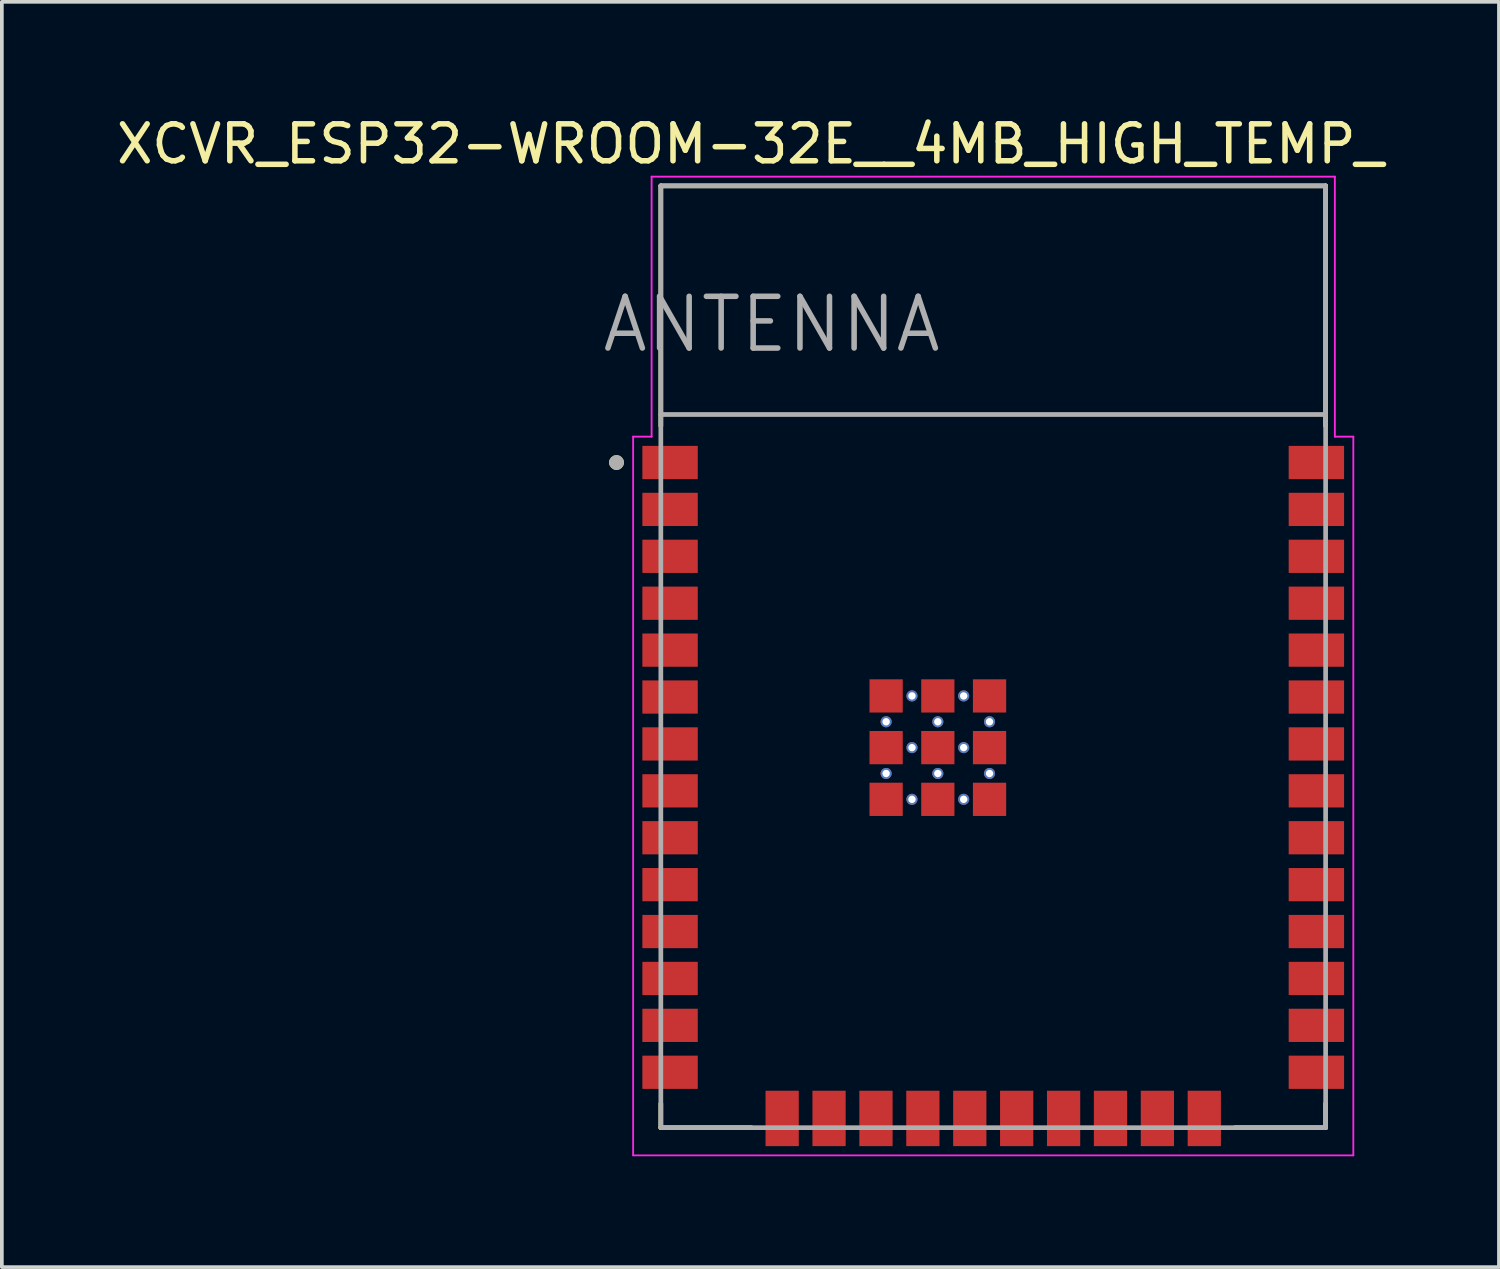
<source format=kicad_pcb>
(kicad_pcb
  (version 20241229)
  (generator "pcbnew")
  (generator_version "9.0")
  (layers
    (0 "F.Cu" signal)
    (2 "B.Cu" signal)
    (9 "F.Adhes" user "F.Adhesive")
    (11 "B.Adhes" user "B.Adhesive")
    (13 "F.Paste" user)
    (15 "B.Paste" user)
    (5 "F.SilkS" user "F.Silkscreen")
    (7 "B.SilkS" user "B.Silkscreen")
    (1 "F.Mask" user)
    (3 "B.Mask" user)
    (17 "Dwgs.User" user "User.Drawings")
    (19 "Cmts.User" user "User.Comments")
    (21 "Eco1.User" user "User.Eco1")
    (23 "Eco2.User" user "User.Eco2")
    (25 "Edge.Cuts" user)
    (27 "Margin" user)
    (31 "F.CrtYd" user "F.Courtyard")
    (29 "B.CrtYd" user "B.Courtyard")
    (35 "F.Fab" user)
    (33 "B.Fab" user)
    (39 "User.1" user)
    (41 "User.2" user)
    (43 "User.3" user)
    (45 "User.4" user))
  (footprint "XCVR_ESP32-WROOM-32E__4MB_HIGH_TEMP_"
    (layer "F.Cu")
    (at 23.843 14.733)
    (property "Reference" "XCVR_ESP32-WROOM-32E__4MB_HIGH_TEMP_" (at -6.575 -13.885 0) (layer "F.SilkS") (effects (font (size 1 1) (thickness 0.15))))
    (attr smd)
    (fp_line (start -9 -12.75) (end 9 -12.75) (stroke (width 0.127) (type solid)) (layer "F.SilkS"))
    (fp_line (start -9 -6.25) (end -9 -12.75) (stroke (width 0.127) (type solid)) (layer "F.SilkS"))
    (fp_line (start -9 12.1) (end -9 12.75) (stroke (width 0.127) (type solid)) (layer "F.SilkS"))
    (fp_line (start -9 12.75) (end -6.55 12.75) (stroke (width 0.127) (type solid)) (layer "F.SilkS"))
    (fp_line (start 6.55 12.75) (end 9 12.75) (stroke (width 0.127) (type solid)) (layer "F.SilkS"))
    (fp_line (start 9 -12.75) (end 9 -6.25) (stroke (width 0.127) (type solid)) (layer "F.SilkS"))
    (fp_line (start 9 12.75) (end 9 12.1) (stroke (width 0.127) (type solid)) (layer "F.SilkS"))
    (fp_circle (center -10.2 -5.26) (end -10.1 -5.26) (stroke (width 0.2) (type solid)) (fill no) (layer "F.SilkS"))
    (fp_line (start -9.75 -5.96) (end -9.25 -5.96) (stroke (width 0.05) (type solid)) (layer "F.CrtYd"))
    (fp_line (start -9.75 13.5) (end -9.75 -5.96) (stroke (width 0.05) (type solid)) (layer "F.CrtYd"))
    (fp_line (start -9.25 -13) (end 9.25 -13) (stroke (width 0.05) (type solid)) (layer "F.CrtYd"))
    (fp_line (start -9.25 -5.96) (end -9.25 -13) (stroke (width 0.05) (type solid)) (layer "F.CrtYd"))
    (fp_line (start 9.25 -13) (end 9.25 -5.96) (stroke (width 0.05) (type solid)) (layer "F.CrtYd"))
    (fp_line (start 9.25 -5.96) (end 9.75 -5.96) (stroke (width 0.05) (type solid)) (layer "F.CrtYd"))
    (fp_line (start 9.75 -5.96) (end 9.75 13.5) (stroke (width 0.05) (type solid)) (layer "F.CrtYd"))
    (fp_line (start 9.75 13.5) (end -9.75 13.5) (stroke (width 0.05) (type solid)) (layer "F.CrtYd"))
    (fp_line (start -9 -12.75) (end -9 -6.56) (stroke (width 0.127) (type solid)) (layer "F.Fab"))
    (fp_line (start -9 -12.75) (end 9 -12.75) (stroke (width 0.127) (type solid)) (layer "F.Fab"))
    (fp_line (start -9 -6.56) (end 9 -6.56) (stroke (width 0.127) (type solid)) (layer "F.Fab"))
    (fp_line (start -9 12.75) (end -9 -6.56) (stroke (width 0.127) (type solid)) (layer "F.Fab"))
    (fp_line (start 9 -12.75) (end 9 -6.56) (stroke (width 0.127) (type solid)) (layer "F.Fab"))
    (fp_line (start 9 -6.56) (end 9 12.75) (stroke (width 0.127) (type solid)) (layer "F.Fab"))
    (fp_line (start 9 12.75) (end -9 12.75) (stroke (width 0.127) (type solid)) (layer "F.Fab"))
    (fp_circle (center -10.2 -5.26) (end -10.1 -5.26) (stroke (width 0.2) (type solid)) (fill no) (layer "F.Fab"))
    (fp_text user "ANTENNA" (at -6 -9 0) (layer "F.Fab") (effects (font (size 1.4 1.4) (thickness 0.15))))
    (pad "1" smd rect (at -8.75 -5.26) (size 1.5 0.9) (layers "F.Cu" "F.Mask" "F.Paste"))
    (pad "2" smd rect (at -8.75 -3.99) (size 1.5 0.9) (layers "F.Cu" "F.Mask" "F.Paste"))
    (pad "3" smd rect (at -8.75 -2.72) (size 1.5 0.9) (layers "F.Cu" "F.Mask" "F.Paste"))
    (pad "4" smd rect (at -8.75 -1.45) (size 1.5 0.9) (layers "F.Cu" "F.Mask" "F.Paste"))
    (pad "5" smd rect (at -8.75 -0.18) (size 1.5 0.9) (layers "F.Cu" "F.Mask" "F.Paste"))
    (pad "6" smd rect (at -8.75 1.09) (size 1.5 0.9) (layers "F.Cu" "F.Mask" "F.Paste"))
    (pad "7" smd rect (at -8.75 2.36) (size 1.5 0.9) (layers "F.Cu" "F.Mask" "F.Paste"))
    (pad "8" smd rect (at -8.75 3.63) (size 1.5 0.9) (layers "F.Cu" "F.Mask" "F.Paste"))
    (pad "9" smd rect (at -8.75 4.9) (size 1.5 0.9) (layers "F.Cu" "F.Mask" "F.Paste"))
    (pad "10" smd rect (at -8.75 6.17) (size 1.5 0.9) (layers "F.Cu" "F.Mask" "F.Paste"))
    (pad "11" smd rect (at -8.75 7.44) (size 1.5 0.9) (layers "F.Cu" "F.Mask" "F.Paste"))
    (pad "12" smd rect (at -8.75 8.71) (size 1.5 0.9) (layers "F.Cu" "F.Mask" "F.Paste"))
    (pad "13" smd rect (at -8.75 9.98) (size 1.5 0.9) (layers "F.Cu" "F.Mask" "F.Paste"))
    (pad "14" smd rect (at -8.75 11.25) (size 1.5 0.9) (layers "F.Cu" "F.Mask" "F.Paste"))
    (pad "15" smd rect (at -5.715 12.5) (size 0.9 1.5) (layers "F.Cu" "F.Mask" "F.Paste"))
    (pad "16" smd rect (at -4.445 12.5) (size 0.9 1.5) (layers "F.Cu" "F.Mask" "F.Paste"))
    (pad "17" smd rect (at -3.175 12.5) (size 0.9 1.5) (layers "F.Cu" "F.Mask" "F.Paste"))
    (pad "18" smd rect (at -1.905 12.5) (size 0.9 1.5) (layers "F.Cu" "F.Mask" "F.Paste"))
    (pad "19" smd rect (at -0.635 12.5) (size 0.9 1.5) (layers "F.Cu" "F.Mask" "F.Paste"))
    (pad "20" smd rect (at 0.635 12.5) (size 0.9 1.5) (layers "F.Cu" "F.Mask" "F.Paste"))
    (pad "21" smd rect (at 1.905 12.5) (size 0.9 1.5) (layers "F.Cu" "F.Mask" "F.Paste"))
    (pad "22" smd rect (at 3.175 12.5) (size 0.9 1.5) (layers "F.Cu" "F.Mask" "F.Paste"))
    (pad "23" smd rect (at 4.445 12.5) (size 0.9 1.5) (layers "F.Cu" "F.Mask" "F.Paste"))
    (pad "24" smd rect (at 5.715 12.5) (size 0.9 1.5) (layers "F.Cu" "F.Mask" "F.Paste"))
    (pad "25" smd rect (at 8.75 11.25) (size 1.5 0.9) (layers "F.Cu" "F.Mask" "F.Paste"))
    (pad "26" smd rect (at 8.75 9.98) (size 1.5 0.9) (layers "F.Cu" "F.Mask" "F.Paste"))
    (pad "27" smd rect (at 8.75 8.71) (size 1.5 0.9) (layers "F.Cu" "F.Mask" "F.Paste"))
    (pad "28" smd rect (at 8.75 7.44) (size 1.5 0.9) (layers "F.Cu" "F.Mask" "F.Paste"))
    (pad "29" smd rect (at 8.75 6.17) (size 1.5 0.9) (layers "F.Cu" "F.Mask" "F.Paste"))
    (pad "30" smd rect (at 8.75 4.9) (size 1.5 0.9) (layers "F.Cu" "F.Mask" "F.Paste"))
    (pad "31" smd rect (at 8.75 3.63) (size 1.5 0.9) (layers "F.Cu" "F.Mask" "F.Paste"))
    (pad "32" smd rect (at 8.75 2.36) (size 1.5 0.9) (layers "F.Cu" "F.Mask" "F.Paste"))
    (pad "33" smd rect (at 8.75 1.09) (size 1.5 0.9) (layers "F.Cu" "F.Mask" "F.Paste"))
    (pad "34" smd rect (at 8.75 -0.18) (size 1.5 0.9) (layers "F.Cu" "F.Mask" "F.Paste"))
    (pad "35" smd rect (at 8.75 -1.45) (size 1.5 0.9) (layers "F.Cu" "F.Mask" "F.Paste"))
    (pad "36" smd rect (at 8.75 -2.72) (size 1.5 0.9) (layers "F.Cu" "F.Mask" "F.Paste"))
    (pad "37" smd rect (at 8.75 -3.99) (size 1.5 0.9) (layers "F.Cu" "F.Mask" "F.Paste"))
    (pad "38" smd rect (at 8.75 -5.26) (size 1.5 0.9) (layers "F.Cu" "F.Mask" "F.Paste"))
    (pad "39_1" smd rect (at -2.9 1.06) (size 0.9 0.9) (layers "F.Cu" "F.Mask" "F.Paste"))
    (pad "39_2" smd rect (at -1.5 1.06) (size 0.9 0.9) (layers "F.Cu" "F.Mask" "F.Paste"))
    (pad "39_3" smd rect (at -0.1 1.06) (size 0.9 0.9) (layers "F.Cu" "F.Mask" "F.Paste"))
    (pad "39_4" smd rect (at -2.9 2.46) (size 0.9 0.9) (layers "F.Cu" "F.Mask" "F.Paste"))
    (pad "39_5" smd rect (at -1.5 2.46) (size 0.9 0.9) (layers "F.Cu" "F.Mask" "F.Paste"))
    (pad "39_6" smd rect (at -0.1 2.46) (size 0.9 0.9) (layers "F.Cu" "F.Mask" "F.Paste"))
    (pad "39_7" smd rect (at -2.9 3.86) (size 0.9 0.9) (layers "F.Cu" "F.Mask" "F.Paste"))
    (pad "39_8" smd rect (at -1.5 3.86) (size 0.9 0.9) (layers "F.Cu" "F.Mask" "F.Paste"))
    (pad "39_9" smd rect (at -0.1 3.86) (size 0.9 0.9) (layers "F.Cu" "F.Mask" "F.Paste"))
    (pad "39_10" thru_hole circle (at -2.2 1.06) (size 0.3 0.3) (drill 0.2) (layers "*.Cu"))
    (pad "39_11" thru_hole circle (at -0.8 1.06) (size 0.3 0.3) (drill 0.2) (layers "*.Cu"))
    (pad "39_12" thru_hole circle (at -2.9 1.76) (size 0.3 0.3) (drill 0.2) (layers "*.Cu"))
    (pad "39_13" thru_hole circle (at -1.5 1.76) (size 0.3 0.3) (drill 0.2) (layers "*.Cu"))
    (pad "39_14" thru_hole circle (at -0.1 1.76) (size 0.3 0.3) (drill 0.2) (layers "*.Cu"))
    (pad "39_15" thru_hole circle (at -2.2 2.46) (size 0.3 0.3) (drill 0.2) (layers "*.Cu"))
    (pad "39_16" thru_hole circle (at -0.8 2.46) (size 0.3 0.3) (drill 0.2) (layers "*.Cu"))
    (pad "39_17" thru_hole circle (at -2.9 3.16) (size 0.3 0.3) (drill 0.2) (layers "*.Cu"))
    (pad "39_18" thru_hole circle (at -1.5 3.16) (size 0.3 0.3) (drill 0.2) (layers "*.Cu"))
    (pad "39_19" thru_hole circle (at -0.1 3.16) (size 0.3 0.3) (drill 0.2) (layers "*.Cu"))
    (pad "39_20" thru_hole circle (at -2.2 3.86) (size 0.3 0.3) (drill 0.2) (layers "*.Cu"))
    (pad "39_21" thru_hole circle (at -0.8 3.86) (size 0.3 0.3) (drill 0.2) (layers "*.Cu"))
    (zone (net_name "") (layer "F.Cu") (hatch full 0.508) (connect_pads) (min_thickness 0.01) (filled_areas_thickness no) (keepout (tracks not_allowed) (vias not_allowed) (pads not_allowed) (copperpour not_allowed) (footprints allowed)) (placement (enabled no)) (fill) (polygon (pts (xy 14.843 1.983) (xy 32.843 1.983) (xy 32.843 8.173) (xy 14.843 8.173))))
    (zone (net_name "") (layers "F.Cu" "B.Cu") (hatch full 0.508) (connect_pads) (min_thickness 0.01) (filled_areas_thickness no) (keepout (tracks allowed) (vias not_allowed) (pads allowed) (copperpour allowed) (footprints allowed)) (placement (enabled no)) (fill) (polygon (pts (xy 14.843 1.983) (xy 32.843 1.983) (xy 32.843 8.173) (xy 14.843 8.173)))))
  (gr_rect
    (start -3 -3)
    (end 37.536 31.258)
    (stroke (width 0.1) (type default))
    (fill no)
    (layer "Edge.Cuts")))
</source>
